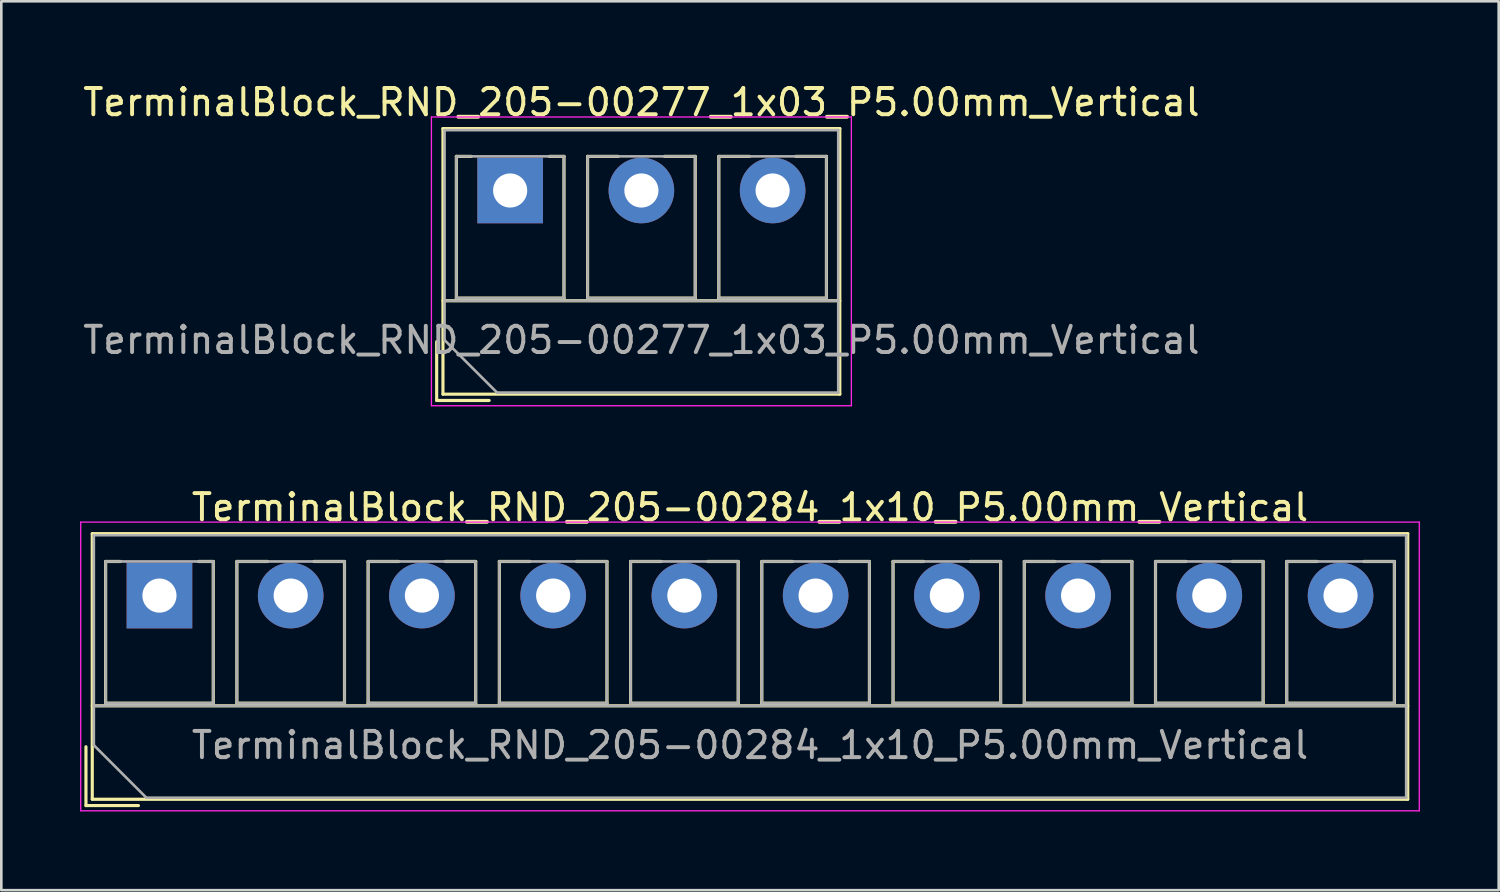
<source format=kicad_pcb>
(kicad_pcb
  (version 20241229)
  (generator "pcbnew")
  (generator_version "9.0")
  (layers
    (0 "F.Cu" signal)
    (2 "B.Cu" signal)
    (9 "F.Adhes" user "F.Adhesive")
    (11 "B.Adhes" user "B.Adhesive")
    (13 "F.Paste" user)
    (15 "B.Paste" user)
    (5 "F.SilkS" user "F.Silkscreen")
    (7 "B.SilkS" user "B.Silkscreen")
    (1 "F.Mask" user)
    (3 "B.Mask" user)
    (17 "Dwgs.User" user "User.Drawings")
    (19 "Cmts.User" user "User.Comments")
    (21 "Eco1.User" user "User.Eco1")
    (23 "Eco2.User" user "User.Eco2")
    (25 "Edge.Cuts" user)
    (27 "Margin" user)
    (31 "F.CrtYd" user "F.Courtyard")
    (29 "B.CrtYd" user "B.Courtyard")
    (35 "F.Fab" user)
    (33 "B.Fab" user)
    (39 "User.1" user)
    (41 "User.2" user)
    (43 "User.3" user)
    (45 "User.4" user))
  (footprint "TerminalBlock_RND_205-00284_1x10_P5.00mm_Vertical"
    (layer "F.Cu")
    (at 3.025 19.642)
    (property "Reference" "TerminalBlock_RND_205-00284_1x10_P5.00mm_Vertical" (at 22.5 -3.36 0) (layer "F.SilkS") (effects (font (size 1 1) (thickness 0.15))))
    (attr through_hole)
    (fp_line (start -2.8 5.76) (end -2.8 8) (stroke (width 0.12) (type solid)) (layer "F.SilkS"))
    (fp_line (start -2.8 8) (end -0.8 8) (stroke (width 0.12) (type solid)) (layer "F.SilkS"))
    (fp_line (start -2.56 -2.36) (end -2.56 7.76) (stroke (width 0.12) (type solid)) (layer "F.SilkS"))
    (fp_line (start -2.56 -2.36) (end 47.56 -2.36) (stroke (width 0.12) (type solid)) (layer "F.SilkS"))
    (fp_line (start -2.56 4.2) (end 47.56 4.2) (stroke (width 0.12) (type solid)) (layer "F.SilkS"))
    (fp_line (start -2.56 7.76) (end 47.56 7.76) (stroke (width 0.12) (type solid)) (layer "F.SilkS"))
    (fp_line (start -2.05 -1.3) (end -2.05 4.1) (stroke (width 0.12) (type solid)) (layer "F.SilkS"))
    (fp_line (start -2.05 -1.3) (end -1.49 -1.3) (stroke (width 0.12) (type solid)) (layer "F.SilkS"))
    (fp_line (start -2.05 4.1) (end 2.05 4.1) (stroke (width 0.12) (type solid)) (layer "F.SilkS"))
    (fp_line (start 1.49 -1.3) (end 2.05 -1.3) (stroke (width 0.12) (type solid)) (layer "F.SilkS"))
    (fp_line (start 2.05 -1.3) (end 2.05 4.1) (stroke (width 0.12) (type solid)) (layer "F.SilkS"))
    (fp_line (start 2.95 -1.3) (end 2.95 4.1) (stroke (width 0.12) (type solid)) (layer "F.SilkS"))
    (fp_line (start 2.95 -1.3) (end 4.117 -1.3) (stroke (width 0.12) (type solid)) (layer "F.SilkS"))
    (fp_line (start 2.95 4.1) (end 7.05 4.1) (stroke (width 0.12) (type solid)) (layer "F.SilkS"))
    (fp_line (start 5.884 -1.3) (end 7.05 -1.3) (stroke (width 0.12) (type solid)) (layer "F.SilkS"))
    (fp_line (start 7.05 -1.3) (end 7.05 4.1) (stroke (width 0.12) (type solid)) (layer "F.SilkS"))
    (fp_line (start 7.95 -1.3) (end 7.95 4.1) (stroke (width 0.12) (type solid)) (layer "F.SilkS"))
    (fp_line (start 7.95 -1.3) (end 9.117 -1.3) (stroke (width 0.12) (type solid)) (layer "F.SilkS"))
    (fp_line (start 7.95 4.1) (end 12.05 4.1) (stroke (width 0.12) (type solid)) (layer "F.SilkS"))
    (fp_line (start 10.884 -1.3) (end 12.05 -1.3) (stroke (width 0.12) (type solid)) (layer "F.SilkS"))
    (fp_line (start 12.05 -1.3) (end 12.05 4.1) (stroke (width 0.12) (type solid)) (layer "F.SilkS"))
    (fp_line (start 12.95 -1.3) (end 12.95 4.1) (stroke (width 0.12) (type solid)) (layer "F.SilkS"))
    (fp_line (start 12.95 -1.3) (end 14.117 -1.3) (stroke (width 0.12) (type solid)) (layer "F.SilkS"))
    (fp_line (start 12.95 4.1) (end 17.05 4.1) (stroke (width 0.12) (type solid)) (layer "F.SilkS"))
    (fp_line (start 15.884 -1.3) (end 17.05 -1.3) (stroke (width 0.12) (type solid)) (layer "F.SilkS"))
    (fp_line (start 17.05 -1.3) (end 17.05 4.1) (stroke (width 0.12) (type solid)) (layer "F.SilkS"))
    (fp_line (start 17.95 -1.3) (end 17.95 4.1) (stroke (width 0.12) (type solid)) (layer "F.SilkS"))
    (fp_line (start 17.95 -1.3) (end 19.117 -1.3) (stroke (width 0.12) (type solid)) (layer "F.SilkS"))
    (fp_line (start 17.95 4.1) (end 22.05 4.1) (stroke (width 0.12) (type solid)) (layer "F.SilkS"))
    (fp_line (start 20.884 -1.3) (end 22.05 -1.3) (stroke (width 0.12) (type solid)) (layer "F.SilkS"))
    (fp_line (start 22.05 -1.3) (end 22.05 4.1) (stroke (width 0.12) (type solid)) (layer "F.SilkS"))
    (fp_line (start 22.95 -1.3) (end 22.95 4.1) (stroke (width 0.12) (type solid)) (layer "F.SilkS"))
    (fp_line (start 22.95 -1.3) (end 24.117 -1.3) (stroke (width 0.12) (type solid)) (layer "F.SilkS"))
    (fp_line (start 22.95 4.1) (end 27.05 4.1) (stroke (width 0.12) (type solid)) (layer "F.SilkS"))
    (fp_line (start 25.884 -1.3) (end 27.05 -1.3) (stroke (width 0.12) (type solid)) (layer "F.SilkS"))
    (fp_line (start 27.05 -1.3) (end 27.05 4.1) (stroke (width 0.12) (type solid)) (layer "F.SilkS"))
    (fp_line (start 27.95 -1.3) (end 27.95 4.1) (stroke (width 0.12) (type solid)) (layer "F.SilkS"))
    (fp_line (start 27.95 -1.3) (end 29.117 -1.3) (stroke (width 0.12) (type solid)) (layer "F.SilkS"))
    (fp_line (start 27.95 4.1) (end 32.05 4.1) (stroke (width 0.12) (type solid)) (layer "F.SilkS"))
    (fp_line (start 30.884 -1.3) (end 32.05 -1.3) (stroke (width 0.12) (type solid)) (layer "F.SilkS"))
    (fp_line (start 32.05 -1.3) (end 32.05 4.1) (stroke (width 0.12) (type solid)) (layer "F.SilkS"))
    (fp_line (start 32.95 -1.3) (end 32.95 4.1) (stroke (width 0.12) (type solid)) (layer "F.SilkS"))
    (fp_line (start 32.95 -1.3) (end 34.117 -1.3) (stroke (width 0.12) (type solid)) (layer "F.SilkS"))
    (fp_line (start 32.95 4.1) (end 37.05 4.1) (stroke (width 0.12) (type solid)) (layer "F.SilkS"))
    (fp_line (start 35.884 -1.3) (end 37.05 -1.3) (stroke (width 0.12) (type solid)) (layer "F.SilkS"))
    (fp_line (start 37.05 -1.3) (end 37.05 4.1) (stroke (width 0.12) (type solid)) (layer "F.SilkS"))
    (fp_line (start 37.95 -1.3) (end 37.95 4.1) (stroke (width 0.12) (type solid)) (layer "F.SilkS"))
    (fp_line (start 37.95 -1.3) (end 39.117 -1.3) (stroke (width 0.12) (type solid)) (layer "F.SilkS"))
    (fp_line (start 37.95 4.1) (end 42.05 4.1) (stroke (width 0.12) (type solid)) (layer "F.SilkS"))
    (fp_line (start 40.884 -1.3) (end 42.05 -1.3) (stroke (width 0.12) (type solid)) (layer "F.SilkS"))
    (fp_line (start 42.05 -1.3) (end 42.05 4.1) (stroke (width 0.12) (type solid)) (layer "F.SilkS"))
    (fp_line (start 42.95 -1.3) (end 42.95 4.1) (stroke (width 0.12) (type solid)) (layer "F.SilkS"))
    (fp_line (start 42.95 -1.3) (end 44.117 -1.3) (stroke (width 0.12) (type solid)) (layer "F.SilkS"))
    (fp_line (start 42.95 4.1) (end 47.05 4.1) (stroke (width 0.12) (type solid)) (layer "F.SilkS"))
    (fp_line (start 45.884 -1.3) (end 47.05 -1.3) (stroke (width 0.12) (type solid)) (layer "F.SilkS"))
    (fp_line (start 47.05 -1.3) (end 47.05 4.1) (stroke (width 0.12) (type solid)) (layer "F.SilkS"))
    (fp_line (start 47.56 -2.36) (end 47.56 7.76) (stroke (width 0.12) (type solid)) (layer "F.SilkS"))
    (fp_line (start -3 -2.8) (end -3 8.2) (stroke (width 0.05) (type solid)) (layer "F.CrtYd"))
    (fp_line (start -3 8.2) (end 48 8.2) (stroke (width 0.05) (type solid)) (layer "F.CrtYd"))
    (fp_line (start 48 -2.8) (end -3 -2.8) (stroke (width 0.05) (type solid)) (layer "F.CrtYd"))
    (fp_line (start 48 8.2) (end 48 -2.8) (stroke (width 0.05) (type solid)) (layer "F.CrtYd"))
    (fp_line (start -2.5 -2.3) (end 47.5 -2.3) (stroke (width 0.1) (type solid)) (layer "F.Fab"))
    (fp_line (start -2.5 4.2) (end 47.5 4.2) (stroke (width 0.1) (type solid)) (layer "F.Fab"))
    (fp_line (start -2.5 5.7) (end -2.5 -2.3) (stroke (width 0.1) (type solid)) (layer "F.Fab"))
    (fp_line (start -2.05 -1.3) (end -2.05 4.1) (stroke (width 0.1) (type solid)) (layer "F.Fab"))
    (fp_line (start -2.05 4.1) (end 2.05 4.1) (stroke (width 0.1) (type solid)) (layer "F.Fab"))
    (fp_line (start -0.5 7.7) (end -2.5 5.7) (stroke (width 0.1) (type solid)) (layer "F.Fab"))
    (fp_line (start 2.05 -1.3) (end -2.05 -1.3) (stroke (width 0.1) (type solid)) (layer "F.Fab"))
    (fp_line (start 2.05 4.1) (end 2.05 -1.3) (stroke (width 0.1) (type solid)) (layer "F.Fab"))
    (fp_line (start 2.95 -1.3) (end 2.95 4.1) (stroke (width 0.1) (type solid)) (layer "F.Fab"))
    (fp_line (start 2.95 4.1) (end 7.05 4.1) (stroke (width 0.1) (type solid)) (layer "F.Fab"))
    (fp_line (start 7.05 -1.3) (end 2.95 -1.3) (stroke (width 0.1) (type solid)) (layer "F.Fab"))
    (fp_line (start 7.05 4.1) (end 7.05 -1.3) (stroke (width 0.1) (type solid)) (layer "F.Fab"))
    (fp_line (start 7.95 -1.3) (end 7.95 4.1) (stroke (width 0.1) (type solid)) (layer "F.Fab"))
    (fp_line (start 7.95 4.1) (end 12.05 4.1) (stroke (width 0.1) (type solid)) (layer "F.Fab"))
    (fp_line (start 12.05 -1.3) (end 7.95 -1.3) (stroke (width 0.1) (type solid)) (layer "F.Fab"))
    (fp_line (start 12.05 4.1) (end 12.05 -1.3) (stroke (width 0.1) (type solid)) (layer "F.Fab"))
    (fp_line (start 12.95 -1.3) (end 12.95 4.1) (stroke (width 0.1) (type solid)) (layer "F.Fab"))
    (fp_line (start 12.95 4.1) (end 17.05 4.1) (stroke (width 0.1) (type solid)) (layer "F.Fab"))
    (fp_line (start 17.05 -1.3) (end 12.95 -1.3) (stroke (width 0.1) (type solid)) (layer "F.Fab"))
    (fp_line (start 17.05 4.1) (end 17.05 -1.3) (stroke (width 0.1) (type solid)) (layer "F.Fab"))
    (fp_line (start 17.95 -1.3) (end 17.95 4.1) (stroke (width 0.1) (type solid)) (layer "F.Fab"))
    (fp_line (start 17.95 4.1) (end 22.05 4.1) (stroke (width 0.1) (type solid)) (layer "F.Fab"))
    (fp_line (start 22.05 -1.3) (end 17.95 -1.3) (stroke (width 0.1) (type solid)) (layer "F.Fab"))
    (fp_line (start 22.05 4.1) (end 22.05 -1.3) (stroke (width 0.1) (type solid)) (layer "F.Fab"))
    (fp_line (start 22.95 -1.3) (end 22.95 4.1) (stroke (width 0.1) (type solid)) (layer "F.Fab"))
    (fp_line (start 22.95 4.1) (end 27.05 4.1) (stroke (width 0.1) (type solid)) (layer "F.Fab"))
    (fp_line (start 27.05 -1.3) (end 22.95 -1.3) (stroke (width 0.1) (type solid)) (layer "F.Fab"))
    (fp_line (start 27.05 4.1) (end 27.05 -1.3) (stroke (width 0.1) (type solid)) (layer "F.Fab"))
    (fp_line (start 27.95 -1.3) (end 27.95 4.1) (stroke (width 0.1) (type solid)) (layer "F.Fab"))
    (fp_line (start 27.95 4.1) (end 32.05 4.1) (stroke (width 0.1) (type solid)) (layer "F.Fab"))
    (fp_line (start 32.05 -1.3) (end 27.95 -1.3) (stroke (width 0.1) (type solid)) (layer "F.Fab"))
    (fp_line (start 32.05 4.1) (end 32.05 -1.3) (stroke (width 0.1) (type solid)) (layer "F.Fab"))
    (fp_line (start 32.95 -1.3) (end 32.95 4.1) (stroke (width 0.1) (type solid)) (layer "F.Fab"))
    (fp_line (start 32.95 4.1) (end 37.05 4.1) (stroke (width 0.1) (type solid)) (layer "F.Fab"))
    (fp_line (start 37.05 -1.3) (end 32.95 -1.3) (stroke (width 0.1) (type solid)) (layer "F.Fab"))
    (fp_line (start 37.05 4.1) (end 37.05 -1.3) (stroke (width 0.1) (type solid)) (layer "F.Fab"))
    (fp_line (start 37.95 -1.3) (end 37.95 4.1) (stroke (width 0.1) (type solid)) (layer "F.Fab"))
    (fp_line (start 37.95 4.1) (end 42.05 4.1) (stroke (width 0.1) (type solid)) (layer "F.Fab"))
    (fp_line (start 42.05 -1.3) (end 37.95 -1.3) (stroke (width 0.1) (type solid)) (layer "F.Fab"))
    (fp_line (start 42.05 4.1) (end 42.05 -1.3) (stroke (width 0.1) (type solid)) (layer "F.Fab"))
    (fp_line (start 42.95 -1.3) (end 42.95 4.1) (stroke (width 0.1) (type solid)) (layer "F.Fab"))
    (fp_line (start 42.95 4.1) (end 47.05 4.1) (stroke (width 0.1) (type solid)) (layer "F.Fab"))
    (fp_line (start 47.05 -1.3) (end 42.95 -1.3) (stroke (width 0.1) (type solid)) (layer "F.Fab"))
    (fp_line (start 47.05 4.1) (end 47.05 -1.3) (stroke (width 0.1) (type solid)) (layer "F.Fab"))
    (fp_line (start 47.5 -2.3) (end 47.5 7.7) (stroke (width 0.1) (type solid)) (layer "F.Fab"))
    (fp_line (start 47.5 7.7) (end -0.5 7.7) (stroke (width 0.1) (type solid)) (layer "F.Fab"))
    (fp_text user "${REFERENCE}" (at 22.5 5.7 0) (layer "F.Fab") (effects (font (size 1 1) (thickness 0.15))))
    (pad "1" thru_hole rect (at 0 0) (size 2.5 2.5) (drill 1.3) (layers "*.Cu" "*.Mask"))
    (pad "2" thru_hole circle (at 5 0) (size 2.5 2.5) (drill 1.3) (layers "*.Cu" "*.Mask"))
    (pad "3" thru_hole circle (at 10 0) (size 2.5 2.5) (drill 1.3) (layers "*.Cu" "*.Mask"))
    (pad "4" thru_hole circle (at 15 0) (size 2.5 2.5) (drill 1.3) (layers "*.Cu" "*.Mask"))
    (pad "5" thru_hole circle (at 20 0) (size 2.5 2.5) (drill 1.3) (layers "*.Cu" "*.Mask"))
    (pad "6" thru_hole circle (at 25 0) (size 2.5 2.5) (drill 1.3) (layers "*.Cu" "*.Mask"))
    (pad "7" thru_hole circle (at 30 0) (size 2.5 2.5) (drill 1.3) (layers "*.Cu" "*.Mask"))
    (pad "8" thru_hole circle (at 35 0) (size 2.5 2.5) (drill 1.3) (layers "*.Cu" "*.Mask"))
    (pad "9" thru_hole circle (at 40 0) (size 2.5 2.5) (drill 1.3) (layers "*.Cu" "*.Mask"))
    (pad "10" thru_hole circle (at 45 0) (size 2.5 2.5) (drill 1.3) (layers "*.Cu" "*.Mask")))
  (footprint "TerminalBlock_RND_205-00277_1x03_P5.00mm_Vertical"
    (layer "F.Cu")
    (at 16.387 4.208)
    (property "Reference" "TerminalBlock_RND_205-00277_1x03_P5.00mm_Vertical" (at 5 -3.36 0) (layer "F.SilkS") (effects (font (size 1 1) (thickness 0.15))))
    (attr through_hole)
    (fp_line (start -2.8 5.76) (end -2.8 8) (stroke (width 0.12) (type solid)) (layer "F.SilkS"))
    (fp_line (start -2.8 8) (end -0.8 8) (stroke (width 0.12) (type solid)) (layer "F.SilkS"))
    (fp_line (start -2.56 -2.36) (end -2.56 7.76) (stroke (width 0.12) (type solid)) (layer "F.SilkS"))
    (fp_line (start -2.56 -2.36) (end 12.56 -2.36) (stroke (width 0.12) (type solid)) (layer "F.SilkS"))
    (fp_line (start -2.56 4.2) (end 12.56 4.2) (stroke (width 0.12) (type solid)) (layer "F.SilkS"))
    (fp_line (start -2.56 7.76) (end 12.56 7.76) (stroke (width 0.12) (type solid)) (layer "F.SilkS"))
    (fp_line (start -2.05 -1.3) (end -2.05 4.1) (stroke (width 0.12) (type solid)) (layer "F.SilkS"))
    (fp_line (start -2.05 -1.3) (end -1.49 -1.3) (stroke (width 0.12) (type solid)) (layer "F.SilkS"))
    (fp_line (start -2.05 4.1) (end 2.05 4.1) (stroke (width 0.12) (type solid)) (layer "F.SilkS"))
    (fp_line (start 1.49 -1.3) (end 2.05 -1.3) (stroke (width 0.12) (type solid)) (layer "F.SilkS"))
    (fp_line (start 2.05 -1.3) (end 2.05 4.1) (stroke (width 0.12) (type solid)) (layer "F.SilkS"))
    (fp_line (start 2.95 -1.3) (end 2.95 4.1) (stroke (width 0.12) (type solid)) (layer "F.SilkS"))
    (fp_line (start 2.95 -1.3) (end 4.117 -1.3) (stroke (width 0.12) (type solid)) (layer "F.SilkS"))
    (fp_line (start 2.95 4.1) (end 7.05 4.1) (stroke (width 0.12) (type solid)) (layer "F.SilkS"))
    (fp_line (start 5.884 -1.3) (end 7.05 -1.3) (stroke (width 0.12) (type solid)) (layer "F.SilkS"))
    (fp_line (start 7.05 -1.3) (end 7.05 4.1) (stroke (width 0.12) (type solid)) (layer "F.SilkS"))
    (fp_line (start 7.95 -1.3) (end 7.95 4.1) (stroke (width 0.12) (type solid)) (layer "F.SilkS"))
    (fp_line (start 7.95 -1.3) (end 9.117 -1.3) (stroke (width 0.12) (type solid)) (layer "F.SilkS"))
    (fp_line (start 7.95 4.1) (end 12.05 4.1) (stroke (width 0.12) (type solid)) (layer "F.SilkS"))
    (fp_line (start 10.884 -1.3) (end 12.05 -1.3) (stroke (width 0.12) (type solid)) (layer "F.SilkS"))
    (fp_line (start 12.05 -1.3) (end 12.05 4.1) (stroke (width 0.12) (type solid)) (layer "F.SilkS"))
    (fp_line (start 12.56 -2.36) (end 12.56 7.76) (stroke (width 0.12) (type solid)) (layer "F.SilkS"))
    (fp_line (start -3 -2.8) (end -3 8.2) (stroke (width 0.05) (type solid)) (layer "F.CrtYd"))
    (fp_line (start -3 8.2) (end 13 8.2) (stroke (width 0.05) (type solid)) (layer "F.CrtYd"))
    (fp_line (start 13 -2.8) (end -3 -2.8) (stroke (width 0.05) (type solid)) (layer "F.CrtYd"))
    (fp_line (start 13 8.2) (end 13 -2.8) (stroke (width 0.05) (type solid)) (layer "F.CrtYd"))
    (fp_line (start -2.5 -2.3) (end 12.5 -2.3) (stroke (width 0.1) (type solid)) (layer "F.Fab"))
    (fp_line (start -2.5 4.2) (end 12.5 4.2) (stroke (width 0.1) (type solid)) (layer "F.Fab"))
    (fp_line (start -2.5 5.7) (end -2.5 -2.3) (stroke (width 0.1) (type solid)) (layer "F.Fab"))
    (fp_line (start -2.05 -1.3) (end -2.05 4.1) (stroke (width 0.1) (type solid)) (layer "F.Fab"))
    (fp_line (start -2.05 4.1) (end 2.05 4.1) (stroke (width 0.1) (type solid)) (layer "F.Fab"))
    (fp_line (start -0.5 7.7) (end -2.5 5.7) (stroke (width 0.1) (type solid)) (layer "F.Fab"))
    (fp_line (start 2.05 -1.3) (end -2.05 -1.3) (stroke (width 0.1) (type solid)) (layer "F.Fab"))
    (fp_line (start 2.05 4.1) (end 2.05 -1.3) (stroke (width 0.1) (type solid)) (layer "F.Fab"))
    (fp_line (start 2.95 -1.3) (end 2.95 4.1) (stroke (width 0.1) (type solid)) (layer "F.Fab"))
    (fp_line (start 2.95 4.1) (end 7.05 4.1) (stroke (width 0.1) (type solid)) (layer "F.Fab"))
    (fp_line (start 7.05 -1.3) (end 2.95 -1.3) (stroke (width 0.1) (type solid)) (layer "F.Fab"))
    (fp_line (start 7.05 4.1) (end 7.05 -1.3) (stroke (width 0.1) (type solid)) (layer "F.Fab"))
    (fp_line (start 7.95 -1.3) (end 7.95 4.1) (stroke (width 0.1) (type solid)) (layer "F.Fab"))
    (fp_line (start 7.95 4.1) (end 12.05 4.1) (stroke (width 0.1) (type solid)) (layer "F.Fab"))
    (fp_line (start 12.05 -1.3) (end 7.95 -1.3) (stroke (width 0.1) (type solid)) (layer "F.Fab"))
    (fp_line (start 12.05 4.1) (end 12.05 -1.3) (stroke (width 0.1) (type solid)) (layer "F.Fab"))
    (fp_line (start 12.5 -2.3) (end 12.5 7.7) (stroke (width 0.1) (type solid)) (layer "F.Fab"))
    (fp_line (start 12.5 7.7) (end -0.5 7.7) (stroke (width 0.1) (type solid)) (layer "F.Fab"))
    (fp_text user "${REFERENCE}" (at 5 5.7 0) (layer "F.Fab") (effects (font (size 1 1) (thickness 0.15))))
    (pad "1" thru_hole rect (at 0 0) (size 2.5 2.5) (drill 1.3) (layers "*.Cu" "*.Mask"))
    (pad "2" thru_hole circle (at 5 0) (size 2.5 2.5) (drill 1.3) (layers "*.Cu" "*.Mask"))
    (pad "3" thru_hole circle (at 10 0) (size 2.5 2.5) (drill 1.3) (layers "*.Cu" "*.Mask")))
  (gr_rect
    (start -3 -3)
    (end 54.05 30.866)
    (stroke (width 0.1) (type default))
    (fill no)
    (layer "Edge.Cuts")))
</source>
